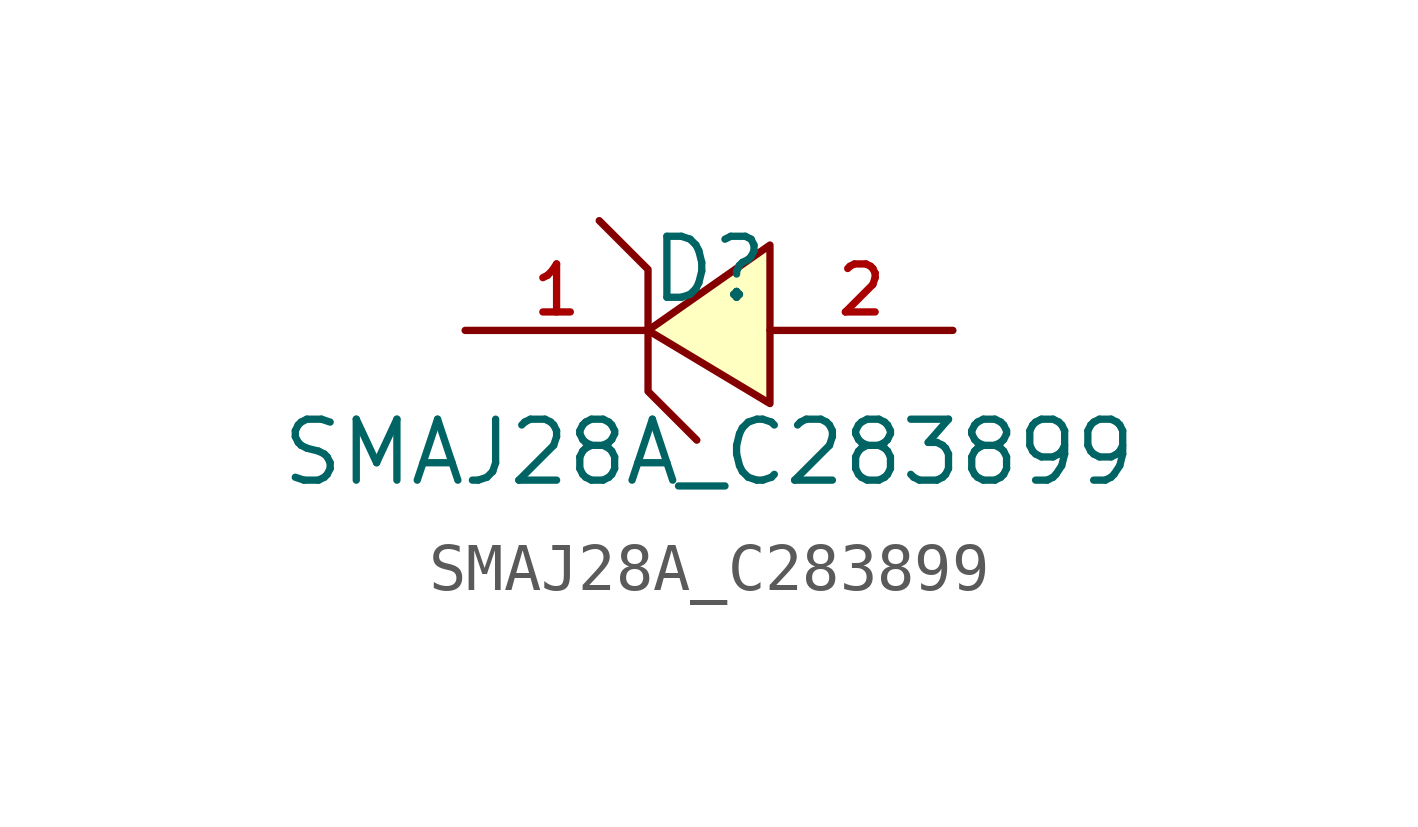
<source format=kicad_sym>
(kicad_symbol_lib
  (version 20210201)
  (generator TousstNicolas/JLC2KiCad_lib)
  (symbol "SMAJ28A_C283899"
    (pin_names hide)
    (property "Reference" "D"
      (at 0 1.27 0)
      (effects (font (size 1.27 1.27))))
    (property "Value" "SMAJ28A_C283899"
      (at 0 -2.54 0)
      (effects (font (size 1.27 1.27))))
    (symbol "SMAJ28A_C283899_0_1"
      (pin unspecified line (at 5.08 -0.0 180) (length 3.81) (name "2" (effects (font (size 1 1)))) (number "2" (effects (font (size 1 1)))))
      (pin unspecified line (at -5.08 -0.0 0) (length 3.81) (name "1" (effects (font (size 1 1)))) (number "1" (effects (font (size 1 1)))))
      (polyline (pts (xy -2.286 2.286) (xy -1.27 1.27) (xy -1.27 -1.27) (xy -0.254 -2.286)) (stroke (width 0) (type default) (color 0 0 0 0)) (fill (type none)))
      (polyline (pts (xy 1.27 -1.524) (xy -1.27 -0.0) (xy 1.27 1.778) (xy 1.27 -1.524)) (stroke (width 0) (type default) (color 0 0 0 0)) (fill (type background))))))
</source>
